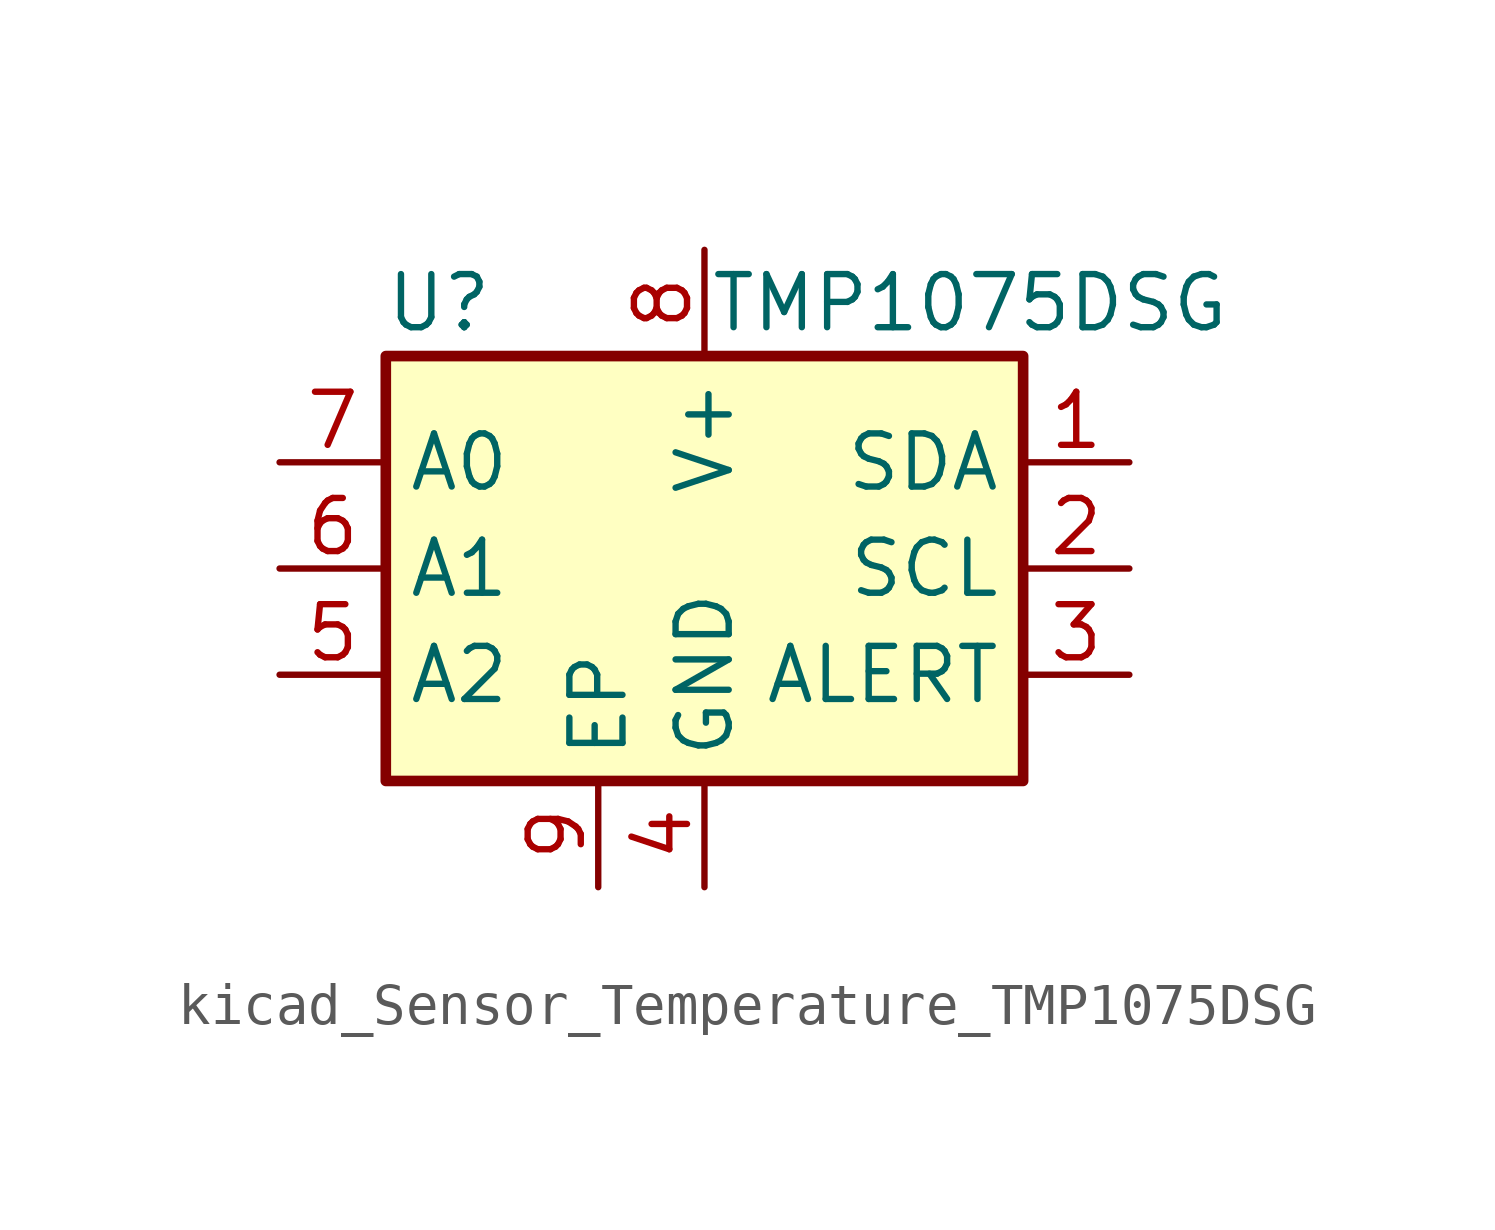
<source format=kicad_sym>
(kicad_symbol_lib
  (version 20220914)
  (generator kicad_symbol_editor)
  (symbol "kicad_Sensor_Temperature_TMP1075DSG"
    (property "Reference" "U"
      (at -6.35 6.35 0)
      (effects (font (size 1.27 1.27))))
    (property "Value" "TMP1075DSG"
      (at 6.35 6.35 0)
      (effects (font (size 1.27 1.27))))
    (symbol "kicad_Sensor_Temperature_TMP1075DSG_0_1"
      (rectangle (start -7.62 5.08) (end 7.62 -5.08) (stroke (width 0.254) (type default)) (fill (type background))))
    (symbol "kicad_Sensor_Temperature_TMP1075DSG_1_1"
      (pin bidirectional line (at 10.16 2.54 180) (length 2.54) (name "SDA" (effects (font (size 1.27 1.27)))) (number "1" (effects (font (size 1.27 1.27)))))
      (pin input line (at 10.16 0 180) (length 2.54) (name "SCL" (effects (font (size 1.27 1.27)))) (number "2" (effects (font (size 1.27 1.27)))))
      (pin open_collector line (at 10.16 -2.54 180) (length 2.54) (name "ALERT" (effects (font (size 1.27 1.27)))) (number "3" (effects (font (size 1.27 1.27)))))
      (pin power_in line (at 0 -7.62 90) (length 2.54) (name "GND" (effects (font (size 1.27 1.27)))) (number "4" (effects (font (size 1.27 1.27)))))
      (pin input line (at -10.16 -2.54 0) (length 2.54) (name "A2" (effects (font (size 1.27 1.27)))) (number "5" (effects (font (size 1.27 1.27)))))
      (pin input line (at -10.16 0 0) (length 2.54) (name "A1" (effects (font (size 1.27 1.27)))) (number "6" (effects (font (size 1.27 1.27)))))
      (pin input line (at -10.16 2.54 0) (length 2.54) (name "A0" (effects (font (size 1.27 1.27)))) (number "7" (effects (font (size 1.27 1.27)))))
      (pin power_in line (at 0 7.62 270) (length 2.54) (name "V+" (effects (font (size 1.27 1.27)))) (number "8" (effects (font (size 1.27 1.27)))))
      (pin passive line (at -2.54 -7.62 90) (length 2.54) (name "EP" (effects (font (size 1.27 1.27)))) (number "9" (effects (font (size 1.27 1.27))))))))
</source>
